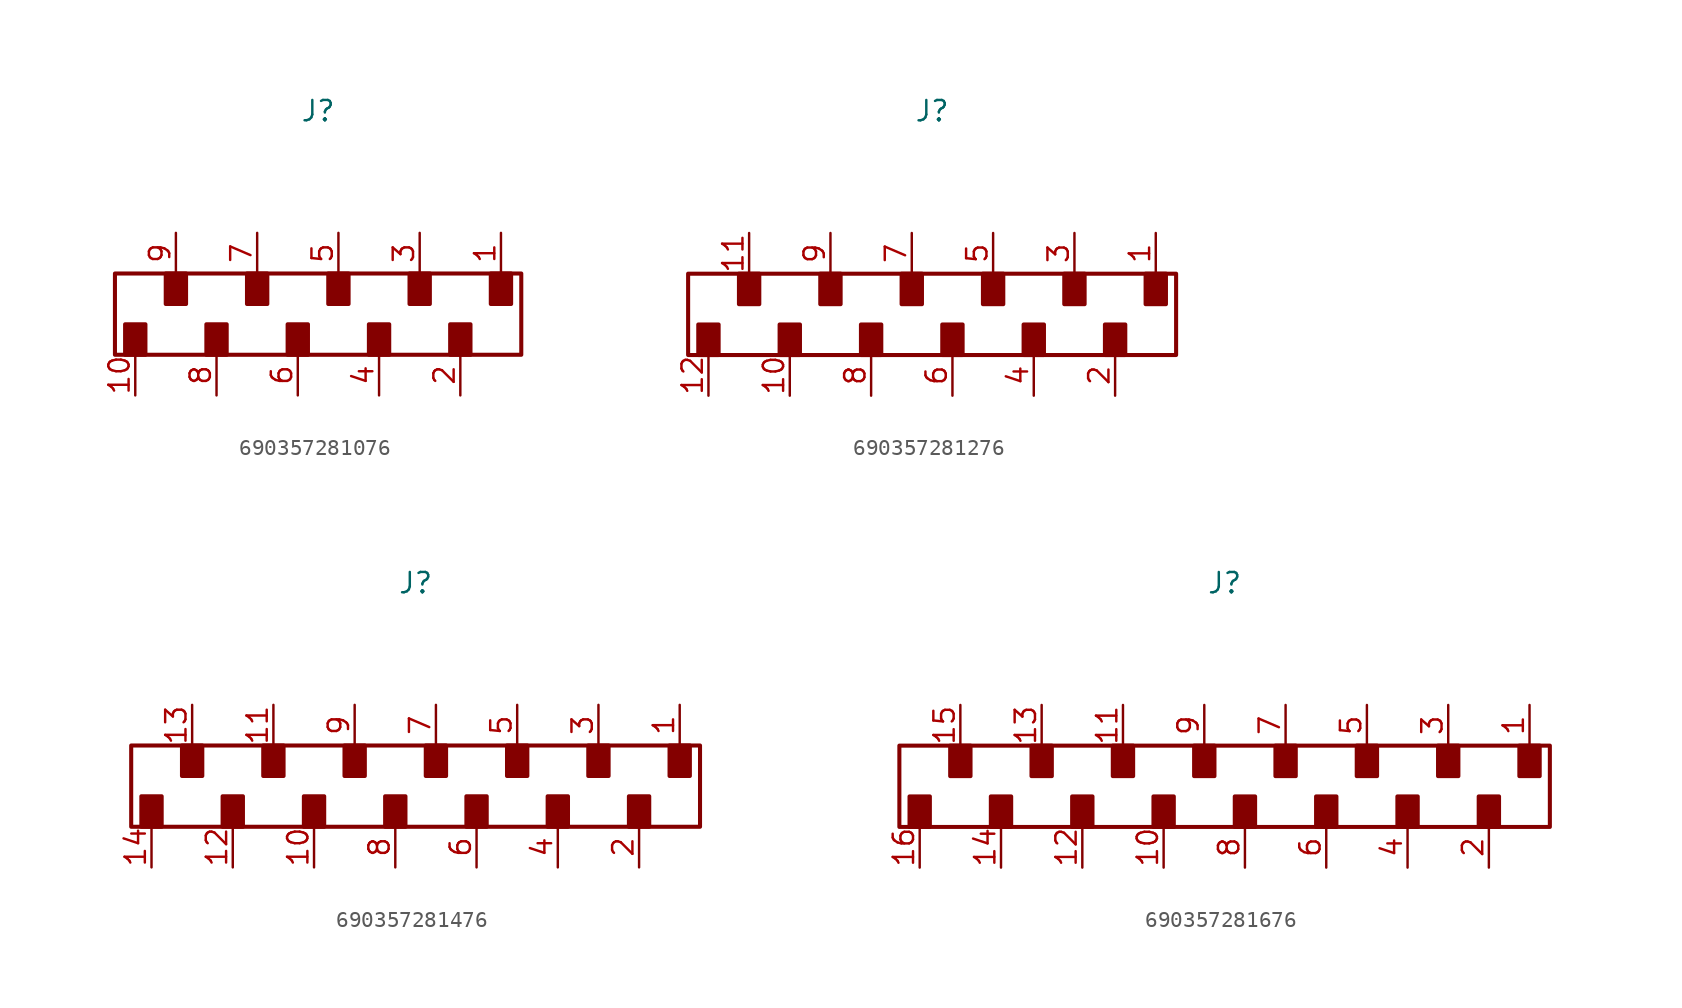
<source format=kicad_sym>
(kicad_symbol_lib
  (version 20241209)
  (generator "kicad_symbol_editor")
  (generator_version "9.0")
  (symbol "690357281076"
    (pin_names
      (hide yes))
    (property "Reference" "J"
      (at 0 12.7 0)
      (effects (font (size 1.27 1.27))))
    (symbol "690357281076_1_1"
      (rectangle (start -12.7 2.54) (end 12.7 -2.54) (stroke (width 0.254) (type solid)) (fill (type none)))
      (rectangle (start -10.795 -2.54) (end -12.065 -0.635) (stroke (width 0.254) (type solid)) (fill (type outline)))
      (rectangle (start -8.255 0.635) (end -9.525 2.54) (stroke (width 0.254) (type solid)) (fill (type outline)))
      (rectangle (start -5.715 -2.54) (end -6.985 -0.635) (stroke (width 0.254) (type solid)) (fill (type outline)))
      (rectangle (start -3.175 0.635) (end -4.445 2.54) (stroke (width 0.254) (type solid)) (fill (type outline)))
      (rectangle (start -0.635 -2.54) (end -1.905 -0.635) (stroke (width 0.254) (type solid)) (fill (type outline)))
      (rectangle (start 1.905 0.635) (end 0.635 2.54) (stroke (width 0.254) (type solid)) (fill (type outline)))
      (rectangle (start 4.445 -2.54) (end 3.175 -0.635) (stroke (width 0.254) (type solid)) (fill (type outline)))
      (rectangle (start 6.985 0.635) (end 5.715 2.54) (stroke (width 0.254) (type solid)) (fill (type outline)))
      (rectangle (start 9.525 -2.54) (end 8.255 -0.635) (stroke (width 0.254) (type solid)) (fill (type outline)))
      (rectangle (start 12.065 0.635) (end 10.795 2.54) (stroke (width 0.254) (type solid)) (fill (type outline)))
      (pin passive line (at -11.43 -5.08 90) (length 2.54) (name "10" (effects (font (size 1.27 1.27)))) (number "10" (effects (font (size 1.27 1.27)))))
      (pin passive line (at -8.89 5.08 270) (length 2.54) (name "9" (effects (font (size 1.27 1.27)))) (number "9" (effects (font (size 1.27 1.27)))))
      (pin passive line (at -6.35 -5.08 90) (length 2.54) (name "8" (effects (font (size 1.27 1.27)))) (number "8" (effects (font (size 1.27 1.27)))))
      (pin passive line (at -3.81 5.08 270) (length 2.54) (name "7" (effects (font (size 1.27 1.27)))) (number "7" (effects (font (size 1.27 1.27)))))
      (pin passive line (at -1.27 -5.08 90) (length 2.54) (name "6" (effects (font (size 1.27 1.27)))) (number "6" (effects (font (size 1.27 1.27)))))
      (pin passive line (at 1.27 5.08 270) (length 2.54) (name "5" (effects (font (size 1.27 1.27)))) (number "5" (effects (font (size 1.27 1.27)))))
      (pin passive line (at 3.81 -5.08 90) (length 2.54) (name "4" (effects (font (size 1.27 1.27)))) (number "4" (effects (font (size 1.27 1.27)))))
      (pin passive line (at 6.35 5.08 270) (length 2.54) (name "3" (effects (font (size 1.27 1.27)))) (number "3" (effects (font (size 1.27 1.27)))))
      (pin passive line (at 8.89 -5.08 90) (length 2.54) (name "2" (effects (font (size 1.27 1.27)))) (number "2" (effects (font (size 1.27 1.27)))))
      (pin passive line (at 11.43 5.08 270) (length 2.54) (name "1" (effects (font (size 1.27 1.27)))) (number "1" (effects (font (size 1.27 1.27)))))))
  (symbol "690357281276"
    (pin_names
      (hide yes))
    (property "Reference" "J"
      (at 0 12.7 0)
      (effects (font (size 1.27 1.27))))
    (symbol "690357281276_1_1"
      (rectangle (start -15.24 2.54) (end 15.24 -2.54) (stroke (width 0.254) (type solid)) (fill (type none)))
      (rectangle (start -13.335 -2.54) (end -14.605 -0.635) (stroke (width 0.254) (type solid)) (fill (type outline)))
      (rectangle (start -10.795 0.635) (end -12.065 2.54) (stroke (width 0.254) (type solid)) (fill (type outline)))
      (rectangle (start -8.255 -2.54) (end -9.525 -0.635) (stroke (width 0.254) (type solid)) (fill (type outline)))
      (rectangle (start -5.715 0.635) (end -6.985 2.54) (stroke (width 0.254) (type solid)) (fill (type outline)))
      (rectangle (start -3.175 -2.54) (end -4.445 -0.635) (stroke (width 0.254) (type solid)) (fill (type outline)))
      (rectangle (start -0.635 0.635) (end -1.905 2.54) (stroke (width 0.254) (type solid)) (fill (type outline)))
      (rectangle (start 1.905 -2.54) (end 0.635 -0.635) (stroke (width 0.254) (type solid)) (fill (type outline)))
      (rectangle (start 4.445 0.635) (end 3.175 2.54) (stroke (width 0.254) (type solid)) (fill (type outline)))
      (rectangle (start 6.985 -2.54) (end 5.715 -0.635) (stroke (width 0.254) (type solid)) (fill (type outline)))
      (rectangle (start 9.525 0.635) (end 8.255 2.54) (stroke (width 0.254) (type solid)) (fill (type outline)))
      (rectangle (start 12.065 -2.54) (end 10.795 -0.635) (stroke (width 0.254) (type solid)) (fill (type outline)))
      (rectangle (start 14.605 0.635) (end 13.335 2.54) (stroke (width 0.254) (type solid)) (fill (type outline)))
      (pin passive line (at -13.97 -5.08 90) (length 2.54) (name "12" (effects (font (size 1.27 1.27)))) (number "12" (effects (font (size 1.27 1.27)))))
      (pin passive line (at -11.43 5.08 270) (length 2.54) (name "11" (effects (font (size 1.27 1.27)))) (number "11" (effects (font (size 1.27 1.27)))))
      (pin passive line (at -8.89 -5.08 90) (length 2.54) (name "10" (effects (font (size 1.27 1.27)))) (number "10" (effects (font (size 1.27 1.27)))))
      (pin passive line (at -6.35 5.08 270) (length 2.54) (name "9" (effects (font (size 1.27 1.27)))) (number "9" (effects (font (size 1.27 1.27)))))
      (pin passive line (at -3.81 -5.08 90) (length 2.54) (name "8" (effects (font (size 1.27 1.27)))) (number "8" (effects (font (size 1.27 1.27)))))
      (pin passive line (at -1.27 5.08 270) (length 2.54) (name "7" (effects (font (size 1.27 1.27)))) (number "7" (effects (font (size 1.27 1.27)))))
      (pin passive line (at 1.27 -5.08 90) (length 2.54) (name "6" (effects (font (size 1.27 1.27)))) (number "6" (effects (font (size 1.27 1.27)))))
      (pin passive line (at 3.81 5.08 270) (length 2.54) (name "5" (effects (font (size 1.27 1.27)))) (number "5" (effects (font (size 1.27 1.27)))))
      (pin passive line (at 6.35 -5.08 90) (length 2.54) (name "4" (effects (font (size 1.27 1.27)))) (number "4" (effects (font (size 1.27 1.27)))))
      (pin passive line (at 8.89 5.08 270) (length 2.54) (name "3" (effects (font (size 1.27 1.27)))) (number "3" (effects (font (size 1.27 1.27)))))
      (pin passive line (at 11.43 -5.08 90) (length 2.54) (name "2" (effects (font (size 1.27 1.27)))) (number "2" (effects (font (size 1.27 1.27)))))
      (pin passive line (at 13.97 5.08 270) (length 2.54) (name "1" (effects (font (size 1.27 1.27)))) (number "1" (effects (font (size 1.27 1.27)))))))
  (symbol "690357281476"
    (pin_names
      (hide yes))
    (property "Reference" "J"
      (at 0 12.7 0)
      (effects (font (size 1.27 1.27))))
    (symbol "690357281476_1_1"
      (rectangle (start -17.78 2.54) (end 17.78 -2.54) (stroke (width 0.254) (type solid)) (fill (type none)))
      (rectangle (start -15.875 -2.54) (end -17.145 -0.635) (stroke (width 0.254) (type solid)) (fill (type outline)))
      (rectangle (start -13.335 0.635) (end -14.605 2.54) (stroke (width 0.254) (type solid)) (fill (type outline)))
      (rectangle (start -10.795 -2.54) (end -12.065 -0.635) (stroke (width 0.254) (type solid)) (fill (type outline)))
      (rectangle (start -8.255 0.635) (end -9.525 2.54) (stroke (width 0.254) (type solid)) (fill (type outline)))
      (rectangle (start -5.715 -2.54) (end -6.985 -0.635) (stroke (width 0.254) (type solid)) (fill (type outline)))
      (rectangle (start -3.175 0.635) (end -4.445 2.54) (stroke (width 0.254) (type solid)) (fill (type outline)))
      (rectangle (start -0.635 -2.54) (end -1.905 -0.635) (stroke (width 0.254) (type solid)) (fill (type outline)))
      (rectangle (start 1.905 0.635) (end 0.635 2.54) (stroke (width 0.254) (type solid)) (fill (type outline)))
      (rectangle (start 4.445 -2.54) (end 3.175 -0.635) (stroke (width 0.254) (type solid)) (fill (type outline)))
      (rectangle (start 6.985 0.635) (end 5.715 2.54) (stroke (width 0.254) (type solid)) (fill (type outline)))
      (rectangle (start 9.525 -2.54) (end 8.255 -0.635) (stroke (width 0.254) (type solid)) (fill (type outline)))
      (rectangle (start 12.065 0.635) (end 10.795 2.54) (stroke (width 0.254) (type solid)) (fill (type outline)))
      (rectangle (start 14.605 -2.54) (end 13.335 -0.635) (stroke (width 0.254) (type solid)) (fill (type outline)))
      (rectangle (start 17.145 0.635) (end 15.875 2.54) (stroke (width 0.254) (type solid)) (fill (type outline)))
      (pin passive line (at -16.51 -5.08 90) (length 2.54) (name "14" (effects (font (size 1.27 1.27)))) (number "14" (effects (font (size 1.27 1.27)))))
      (pin passive line (at -13.97 5.08 270) (length 2.54) (name "13" (effects (font (size 1.27 1.27)))) (number "13" (effects (font (size 1.27 1.27)))))
      (pin passive line (at -11.43 -5.08 90) (length 2.54) (name "12" (effects (font (size 1.27 1.27)))) (number "12" (effects (font (size 1.27 1.27)))))
      (pin passive line (at -8.89 5.08 270) (length 2.54) (name "11" (effects (font (size 1.27 1.27)))) (number "11" (effects (font (size 1.27 1.27)))))
      (pin passive line (at -6.35 -5.08 90) (length 2.54) (name "10" (effects (font (size 1.27 1.27)))) (number "10" (effects (font (size 1.27 1.27)))))
      (pin passive line (at -3.81 5.08 270) (length 2.54) (name "9" (effects (font (size 1.27 1.27)))) (number "9" (effects (font (size 1.27 1.27)))))
      (pin passive line (at -1.27 -5.08 90) (length 2.54) (name "8" (effects (font (size 1.27 1.27)))) (number "8" (effects (font (size 1.27 1.27)))))
      (pin passive line (at 1.27 5.08 270) (length 2.54) (name "7" (effects (font (size 1.27 1.27)))) (number "7" (effects (font (size 1.27 1.27)))))
      (pin passive line (at 3.81 -5.08 90) (length 2.54) (name "6" (effects (font (size 1.27 1.27)))) (number "6" (effects (font (size 1.27 1.27)))))
      (pin passive line (at 6.35 5.08 270) (length 2.54) (name "5" (effects (font (size 1.27 1.27)))) (number "5" (effects (font (size 1.27 1.27)))))
      (pin passive line (at 8.89 -5.08 90) (length 2.54) (name "4" (effects (font (size 1.27 1.27)))) (number "4" (effects (font (size 1.27 1.27)))))
      (pin passive line (at 11.43 5.08 270) (length 2.54) (name "3" (effects (font (size 1.27 1.27)))) (number "3" (effects (font (size 1.27 1.27)))))
      (pin passive line (at 13.97 -5.08 90) (length 2.54) (name "2" (effects (font (size 1.27 1.27)))) (number "2" (effects (font (size 1.27 1.27)))))
      (pin passive line (at 16.51 5.08 270) (length 2.54) (name "1" (effects (font (size 1.27 1.27)))) (number "1" (effects (font (size 1.27 1.27)))))))
  (symbol "690357281676"
    (pin_names
      (hide yes))
    (property "Reference" "J"
      (at 0 12.7 0)
      (effects (font (size 1.27 1.27))))
    (symbol "690357281676_1_1"
      (rectangle (start -20.32 2.54) (end 20.32 -2.54) (stroke (width 0.254) (type solid)) (fill (type none)))
      (rectangle (start -18.415 -2.54) (end -19.685 -0.635) (stroke (width 0.254) (type solid)) (fill (type outline)))
      (rectangle (start -15.875 0.635) (end -17.145 2.54) (stroke (width 0.254) (type solid)) (fill (type outline)))
      (rectangle (start -13.335 -2.54) (end -14.605 -0.635) (stroke (width 0.254) (type solid)) (fill (type outline)))
      (rectangle (start -10.795 0.635) (end -12.065 2.54) (stroke (width 0.254) (type solid)) (fill (type outline)))
      (rectangle (start -8.255 -2.54) (end -9.525 -0.635) (stroke (width 0.254) (type solid)) (fill (type outline)))
      (rectangle (start -5.715 0.635) (end -6.985 2.54) (stroke (width 0.254) (type solid)) (fill (type outline)))
      (rectangle (start -3.175 -2.54) (end -4.445 -0.635) (stroke (width 0.254) (type solid)) (fill (type outline)))
      (rectangle (start -0.635 0.635) (end -1.905 2.54) (stroke (width 0.254) (type solid)) (fill (type outline)))
      (rectangle (start 1.905 -2.54) (end 0.635 -0.635) (stroke (width 0.254) (type solid)) (fill (type outline)))
      (rectangle (start 4.445 0.635) (end 3.175 2.54) (stroke (width 0.254) (type solid)) (fill (type outline)))
      (rectangle (start 6.985 -2.54) (end 5.715 -0.635) (stroke (width 0.254) (type solid)) (fill (type outline)))
      (rectangle (start 9.525 0.635) (end 8.255 2.54) (stroke (width 0.254) (type solid)) (fill (type outline)))
      (rectangle (start 12.065 -2.54) (end 10.795 -0.635) (stroke (width 0.254) (type solid)) (fill (type outline)))
      (rectangle (start 14.605 0.635) (end 13.335 2.54) (stroke (width 0.254) (type solid)) (fill (type outline)))
      (rectangle (start 17.145 -2.54) (end 15.875 -0.635) (stroke (width 0.254) (type solid)) (fill (type outline)))
      (rectangle (start 19.685 0.635) (end 18.415 2.54) (stroke (width 0.254) (type solid)) (fill (type outline)))
      (pin passive line (at -19.05 -5.08 90) (length 2.54) (name "16" (effects (font (size 1.27 1.27)))) (number "16" (effects (font (size 1.27 1.27)))))
      (pin passive line (at -16.51 5.08 270) (length 2.54) (name "15" (effects (font (size 1.27 1.27)))) (number "15" (effects (font (size 1.27 1.27)))))
      (pin passive line (at -13.97 -5.08 90) (length 2.54) (name "14" (effects (font (size 1.27 1.27)))) (number "14" (effects (font (size 1.27 1.27)))))
      (pin passive line (at -11.43 5.08 270) (length 2.54) (name "13" (effects (font (size 1.27 1.27)))) (number "13" (effects (font (size 1.27 1.27)))))
      (pin passive line (at -8.89 -5.08 90) (length 2.54) (name "12" (effects (font (size 1.27 1.27)))) (number "12" (effects (font (size 1.27 1.27)))))
      (pin passive line (at -6.35 5.08 270) (length 2.54) (name "11" (effects (font (size 1.27 1.27)))) (number "11" (effects (font (size 1.27 1.27)))))
      (pin passive line (at -3.81 -5.08 90) (length 2.54) (name "10" (effects (font (size 1.27 1.27)))) (number "10" (effects (font (size 1.27 1.27)))))
      (pin passive line (at -1.27 5.08 270) (length 2.54) (name "9" (effects (font (size 1.27 1.27)))) (number "9" (effects (font (size 1.27 1.27)))))
      (pin passive line (at 1.27 -5.08 90) (length 2.54) (name "8" (effects (font (size 1.27 1.27)))) (number "8" (effects (font (size 1.27 1.27)))))
      (pin passive line (at 3.81 5.08 270) (length 2.54) (name "7" (effects (font (size 1.27 1.27)))) (number "7" (effects (font (size 1.27 1.27)))))
      (pin passive line (at 6.35 -5.08 90) (length 2.54) (name "6" (effects (font (size 1.27 1.27)))) (number "6" (effects (font (size 1.27 1.27)))))
      (pin passive line (at 8.89 5.08 270) (length 2.54) (name "5" (effects (font (size 1.27 1.27)))) (number "5" (effects (font (size 1.27 1.27)))))
      (pin passive line (at 11.43 -5.08 90) (length 2.54) (name "4" (effects (font (size 1.27 1.27)))) (number "4" (effects (font (size 1.27 1.27)))))
      (pin passive line (at 13.97 5.08 270) (length 2.54) (name "3" (effects (font (size 1.27 1.27)))) (number "3" (effects (font (size 1.27 1.27)))))
      (pin passive line (at 16.51 -5.08 90) (length 2.54) (name "2" (effects (font (size 1.27 1.27)))) (number "2" (effects (font (size 1.27 1.27)))))
      (pin passive line (at 19.05 5.08 270) (length 2.54) (name "1" (effects (font (size 1.27 1.27)))) (number "1" (effects (font (size 1.27 1.27))))))))
</source>
